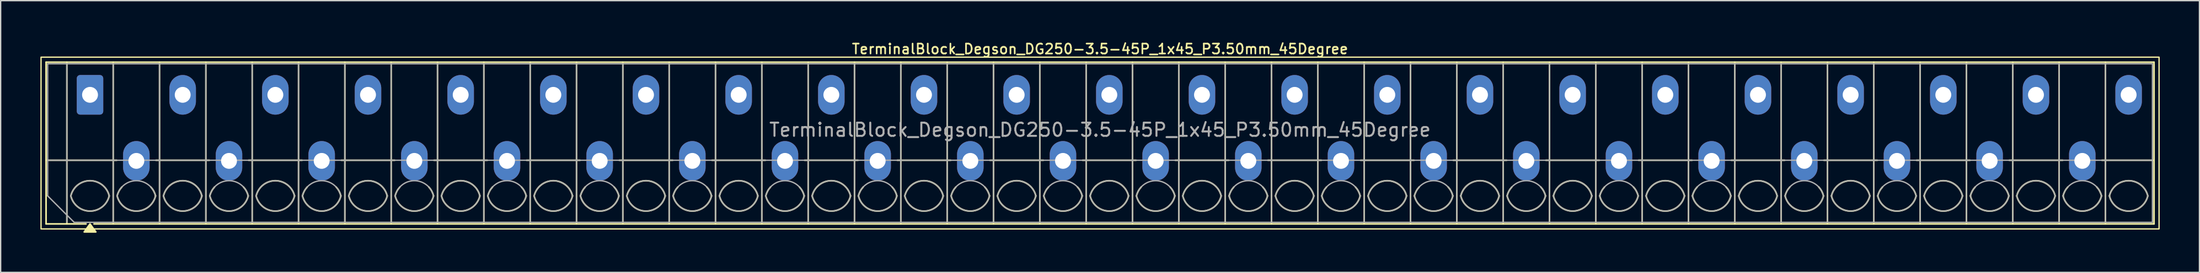
<source format=kicad_pcb>
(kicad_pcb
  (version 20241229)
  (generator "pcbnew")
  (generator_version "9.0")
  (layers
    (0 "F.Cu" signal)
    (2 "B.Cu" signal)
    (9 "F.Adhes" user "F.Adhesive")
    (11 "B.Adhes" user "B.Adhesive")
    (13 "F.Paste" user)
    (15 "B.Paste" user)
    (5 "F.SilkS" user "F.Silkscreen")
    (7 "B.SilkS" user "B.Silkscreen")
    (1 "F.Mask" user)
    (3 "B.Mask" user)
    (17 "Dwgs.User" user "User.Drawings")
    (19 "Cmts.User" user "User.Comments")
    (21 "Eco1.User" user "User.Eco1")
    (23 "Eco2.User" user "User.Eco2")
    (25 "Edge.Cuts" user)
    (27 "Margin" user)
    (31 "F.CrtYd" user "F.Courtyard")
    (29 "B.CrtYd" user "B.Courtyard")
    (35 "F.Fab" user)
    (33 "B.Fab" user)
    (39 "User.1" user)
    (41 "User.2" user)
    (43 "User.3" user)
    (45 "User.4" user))
  (footprint "TerminalBlock_Degson_DG250-3.5-45P_1x45_P3.50mm_45Degree"
    (layer "F.Cu")
    (at 3.75 4.128)
    (property "Reference" "TerminalBlock_Degson_DG250-3.5-45P_1x45_P3.50mm_45Degree" (at 76.3 -3.47 0) (layer "F.SilkS") (effects (font (size 0.75 0.75) (thickness 0.125))))
    (attr through_hole)
    (fp_line (start -3.32 -2.47) (end 155.92 -2.47) (stroke (width 0.12) (type solid)) (layer "F.SilkS"))
    (fp_line (start -3.32 4.95) (end 2.02 4.95) (stroke (width 0.12) (type solid)) (layer "F.SilkS"))
    (fp_line (start -3.32 9.77) (end -3.32 -2.47) (stroke (width 0.12) (type solid)) (layer "F.SilkS"))
    (fp_line (start -1.75 -2.47) (end -1.75 9.77) (stroke (width 0.12) (type solid)) (layer "F.SilkS"))
    (fp_line (start -0.3 9.77) (end -3.32 9.77) (stroke (width 0.12) (type solid)) (layer "F.SilkS"))
    (fp_line (start 1.75 -2.47) (end 1.75 9.77) (stroke (width 0.12) (type solid)) (layer "F.SilkS"))
    (fp_line (start 4.98 4.95) (end 9.02 4.95) (stroke (width 0.12) (type solid)) (layer "F.SilkS"))
    (fp_line (start 5.25 -2.47) (end 5.25 9.77) (stroke (width 0.12) (type solid)) (layer "F.SilkS"))
    (fp_line (start 8.75 -2.47) (end 8.75 9.77) (stroke (width 0.12) (type solid)) (layer "F.SilkS"))
    (fp_line (start 11.98 4.95) (end 16.02 4.95) (stroke (width 0.12) (type solid)) (layer "F.SilkS"))
    (fp_line (start 12.25 -2.47) (end 12.25 9.77) (stroke (width 0.12) (type solid)) (layer "F.SilkS"))
    (fp_line (start 15.75 -2.47) (end 15.75 9.77) (stroke (width 0.12) (type solid)) (layer "F.SilkS"))
    (fp_line (start 18.98 4.95) (end 23.02 4.95) (stroke (width 0.12) (type solid)) (layer "F.SilkS"))
    (fp_line (start 19.25 -2.47) (end 19.25 9.77) (stroke (width 0.12) (type solid)) (layer "F.SilkS"))
    (fp_line (start 22.75 -2.47) (end 22.75 9.77) (stroke (width 0.12) (type solid)) (layer "F.SilkS"))
    (fp_line (start 25.98 4.95) (end 30.02 4.95) (stroke (width 0.12) (type solid)) (layer "F.SilkS"))
    (fp_line (start 26.25 -2.47) (end 26.25 9.77) (stroke (width 0.12) (type solid)) (layer "F.SilkS"))
    (fp_line (start 29.75 -2.47) (end 29.75 9.77) (stroke (width 0.12) (type solid)) (layer "F.SilkS"))
    (fp_line (start 32.98 4.95) (end 37.02 4.95) (stroke (width 0.12) (type solid)) (layer "F.SilkS"))
    (fp_line (start 33.25 -2.47) (end 33.25 9.77) (stroke (width 0.12) (type solid)) (layer "F.SilkS"))
    (fp_line (start 36.75 -2.47) (end 36.75 9.77) (stroke (width 0.12) (type solid)) (layer "F.SilkS"))
    (fp_line (start 39.98 4.95) (end 44.02 4.95) (stroke (width 0.12) (type solid)) (layer "F.SilkS"))
    (fp_line (start 40.25 -2.47) (end 40.25 9.77) (stroke (width 0.12) (type solid)) (layer "F.SilkS"))
    (fp_line (start 43.75 -2.47) (end 43.75 9.77) (stroke (width 0.12) (type solid)) (layer "F.SilkS"))
    (fp_line (start 46.98 4.95) (end 51.02 4.95) (stroke (width 0.12) (type solid)) (layer "F.SilkS"))
    (fp_line (start 47.25 -2.47) (end 47.25 9.77) (stroke (width 0.12) (type solid)) (layer "F.SilkS"))
    (fp_line (start 50.75 -2.47) (end 50.75 9.77) (stroke (width 0.12) (type solid)) (layer "F.SilkS"))
    (fp_line (start 53.98 4.95) (end 58.02 4.95) (stroke (width 0.12) (type solid)) (layer "F.SilkS"))
    (fp_line (start 54.25 -2.47) (end 54.25 9.77) (stroke (width 0.12) (type solid)) (layer "F.SilkS"))
    (fp_line (start 57.75 -2.47) (end 57.75 9.77) (stroke (width 0.12) (type solid)) (layer "F.SilkS"))
    (fp_line (start 60.98 4.95) (end 65.02 4.95) (stroke (width 0.12) (type solid)) (layer "F.SilkS"))
    (fp_line (start 61.25 -2.47) (end 61.25 9.77) (stroke (width 0.12) (type solid)) (layer "F.SilkS"))
    (fp_line (start 64.75 -2.47) (end 64.75 9.77) (stroke (width 0.12) (type solid)) (layer "F.SilkS"))
    (fp_line (start 67.98 4.95) (end 72.02 4.95) (stroke (width 0.12) (type solid)) (layer "F.SilkS"))
    (fp_line (start 68.25 -2.47) (end 68.25 9.77) (stroke (width 0.12) (type solid)) (layer "F.SilkS"))
    (fp_line (start 71.75 -2.47) (end 71.75 9.77) (stroke (width 0.12) (type solid)) (layer "F.SilkS"))
    (fp_line (start 74.98 4.95) (end 79.02 4.95) (stroke (width 0.12) (type solid)) (layer "F.SilkS"))
    (fp_line (start 75.25 -2.47) (end 75.25 9.77) (stroke (width 0.12) (type solid)) (layer "F.SilkS"))
    (fp_line (start 78.75 -2.47) (end 78.75 9.77) (stroke (width 0.12) (type solid)) (layer "F.SilkS"))
    (fp_line (start 81.98 4.95) (end 86.02 4.95) (stroke (width 0.12) (type solid)) (layer "F.SilkS"))
    (fp_line (start 82.25 -2.47) (end 82.25 9.77) (stroke (width 0.12) (type solid)) (layer "F.SilkS"))
    (fp_line (start 85.75 -2.47) (end 85.75 9.77) (stroke (width 0.12) (type solid)) (layer "F.SilkS"))
    (fp_line (start 88.98 4.95) (end 93.02 4.95) (stroke (width 0.12) (type solid)) (layer "F.SilkS"))
    (fp_line (start 89.25 -2.47) (end 89.25 9.77) (stroke (width 0.12) (type solid)) (layer "F.SilkS"))
    (fp_line (start 92.75 -2.47) (end 92.75 9.77) (stroke (width 0.12) (type solid)) (layer "F.SilkS"))
    (fp_line (start 95.98 4.95) (end 100.02 4.95) (stroke (width 0.12) (type solid)) (layer "F.SilkS"))
    (fp_line (start 96.25 -2.47) (end 96.25 9.77) (stroke (width 0.12) (type solid)) (layer "F.SilkS"))
    (fp_line (start 99.75 -2.47) (end 99.75 9.77) (stroke (width 0.12) (type solid)) (layer "F.SilkS"))
    (fp_line (start 102.98 4.95) (end 107.02 4.95) (stroke (width 0.12) (type solid)) (layer "F.SilkS"))
    (fp_line (start 103.25 -2.47) (end 103.25 9.77) (stroke (width 0.12) (type solid)) (layer "F.SilkS"))
    (fp_line (start 106.75 -2.47) (end 106.75 9.77) (stroke (width 0.12) (type solid)) (layer "F.SilkS"))
    (fp_line (start 109.98 4.95) (end 114.02 4.95) (stroke (width 0.12) (type solid)) (layer "F.SilkS"))
    (fp_line (start 110.25 -2.47) (end 110.25 9.77) (stroke (width 0.12) (type solid)) (layer "F.SilkS"))
    (fp_line (start 113.75 -2.47) (end 113.75 9.77) (stroke (width 0.12) (type solid)) (layer "F.SilkS"))
    (fp_line (start 116.98 4.95) (end 121.02 4.95) (stroke (width 0.12) (type solid)) (layer "F.SilkS"))
    (fp_line (start 117.25 -2.47) (end 117.25 9.77) (stroke (width 0.12) (type solid)) (layer "F.SilkS"))
    (fp_line (start 120.75 -2.47) (end 120.75 9.77) (stroke (width 0.12) (type solid)) (layer "F.SilkS"))
    (fp_line (start 123.98 4.95) (end 128.02 4.95) (stroke (width 0.12) (type solid)) (layer "F.SilkS"))
    (fp_line (start 124.25 -2.47) (end 124.25 9.77) (stroke (width 0.12) (type solid)) (layer "F.SilkS"))
    (fp_line (start 127.75 -2.47) (end 127.75 9.77) (stroke (width 0.12) (type solid)) (layer "F.SilkS"))
    (fp_line (start 130.98 4.95) (end 135.02 4.95) (stroke (width 0.12) (type solid)) (layer "F.SilkS"))
    (fp_line (start 131.25 -2.47) (end 131.25 9.77) (stroke (width 0.12) (type solid)) (layer "F.SilkS"))
    (fp_line (start 134.75 -2.47) (end 134.75 9.77) (stroke (width 0.12) (type solid)) (layer "F.SilkS"))
    (fp_line (start 137.98 4.95) (end 142.02 4.95) (stroke (width 0.12) (type solid)) (layer "F.SilkS"))
    (fp_line (start 138.25 -2.47) (end 138.25 9.77) (stroke (width 0.12) (type solid)) (layer "F.SilkS"))
    (fp_line (start 141.75 -2.47) (end 141.75 9.77) (stroke (width 0.12) (type solid)) (layer "F.SilkS"))
    (fp_line (start 144.98 4.95) (end 149.02 4.95) (stroke (width 0.12) (type solid)) (layer "F.SilkS"))
    (fp_line (start 145.25 -2.47) (end 145.25 9.77) (stroke (width 0.12) (type solid)) (layer "F.SilkS"))
    (fp_line (start 148.75 -2.47) (end 148.75 9.77) (stroke (width 0.12) (type solid)) (layer "F.SilkS"))
    (fp_line (start 151.98 4.95) (end 155.92 4.95) (stroke (width 0.12) (type solid)) (layer "F.SilkS"))
    (fp_line (start 152.25 -2.47) (end 152.25 9.77) (stroke (width 0.12) (type solid)) (layer "F.SilkS"))
    (fp_line (start 155.92 -2.47) (end 155.92 9.77) (stroke (width 0.12) (type solid)) (layer "F.SilkS"))
    (fp_line (start 155.92 9.77) (end 0.3 9.77) (stroke (width 0.12) (type solid)) (layer "F.SilkS"))
    (fp_rect (start -3.7 -2.85) (end 156.3 10.15) (stroke (width 0.1) (type solid)) (fill no) (layer "F.SilkS"))
    (fp_arc (start -1.45 7.65) (mid 0 6.5) (end 1.45 7.65) (stroke (width 0.12) (type solid)) (layer "F.SilkS"))
    (fp_arc (start 1.45 7.65) (mid 0 8.8) (end -1.45 7.65) (stroke (width 0.12) (type solid)) (layer "F.SilkS"))
    (fp_arc (start 2.05 7.65) (mid 2.18402 7.291962) (end 2.405 6.98) (stroke (width 0.12) (type solid)) (layer "F.SilkS"))
    (fp_arc (start 4.595 6.98) (mid 4.81598 7.291962) (end 4.95 7.65) (stroke (width 0.12) (type solid)) (layer "F.SilkS"))
    (fp_arc (start 4.95 7.65) (mid 3.5 8.8) (end 2.05 7.65) (stroke (width 0.12) (type solid)) (layer "F.SilkS"))
    (fp_arc (start 5.55 7.65) (mid 7 6.5) (end 8.45 7.65) (stroke (width 0.12) (type solid)) (layer "F.SilkS"))
    (fp_arc (start 8.45 7.65) (mid 7 8.8) (end 5.55 7.65) (stroke (width 0.12) (type solid)) (layer "F.SilkS"))
    (fp_arc (start 9.05 7.65) (mid 9.18402 7.291962) (end 9.405 6.98) (stroke (width 0.12) (type solid)) (layer "F.SilkS"))
    (fp_arc (start 11.595 6.98) (mid 11.81598 7.291962) (end 11.95 7.65) (stroke (width 0.12) (type solid)) (layer "F.SilkS"))
    (fp_arc (start 11.95 7.65) (mid 10.5 8.8) (end 9.05 7.65) (stroke (width 0.12) (type solid)) (layer "F.SilkS"))
    (fp_arc (start 12.55 7.65) (mid 14 6.5) (end 15.45 7.65) (stroke (width 0.12) (type solid)) (layer "F.SilkS"))
    (fp_arc (start 15.45 7.65) (mid 14 8.8) (end 12.55 7.65) (stroke (width 0.12) (type solid)) (layer "F.SilkS"))
    (fp_arc (start 16.05 7.65) (mid 16.18402 7.291962) (end 16.405 6.98) (stroke (width 0.12) (type solid)) (layer "F.SilkS"))
    (fp_arc (start 18.595 6.98) (mid 18.81598 7.291962) (end 18.95 7.65) (stroke (width 0.12) (type solid)) (layer "F.SilkS"))
    (fp_arc (start 18.95 7.65) (mid 17.5 8.8) (end 16.05 7.65) (stroke (width 0.12) (type solid)) (layer "F.SilkS"))
    (fp_arc (start 19.55 7.65) (mid 21 6.5) (end 22.45 7.65) (stroke (width 0.12) (type solid)) (layer "F.SilkS"))
    (fp_arc (start 22.45 7.65) (mid 21 8.8) (end 19.55 7.65) (stroke (width 0.12) (type solid)) (layer "F.SilkS"))
    (fp_arc (start 23.05 7.65) (mid 23.18402 7.291962) (end 23.405 6.98) (stroke (width 0.12) (type solid)) (layer "F.SilkS"))
    (fp_arc (start 25.595 6.98) (mid 25.81598 7.291962) (end 25.95 7.65) (stroke (width 0.12) (type solid)) (layer "F.SilkS"))
    (fp_arc (start 25.95 7.65) (mid 24.5 8.8) (end 23.05 7.65) (stroke (width 0.12) (type solid)) (layer "F.SilkS"))
    (fp_arc (start 26.55 7.65) (mid 28 6.5) (end 29.45 7.65) (stroke (width 0.12) (type solid)) (layer "F.SilkS"))
    (fp_arc (start 29.45 7.65) (mid 28 8.8) (end 26.55 7.65) (stroke (width 0.12) (type solid)) (layer "F.SilkS"))
    (fp_arc (start 30.05 7.65) (mid 30.18402 7.291962) (end 30.405 6.98) (stroke (width 0.12) (type solid)) (layer "F.SilkS"))
    (fp_arc (start 32.595 6.98) (mid 32.81598 7.291962) (end 32.95 7.65) (stroke (width 0.12) (type solid)) (layer "F.SilkS"))
    (fp_arc (start 32.95 7.65) (mid 31.5 8.8) (end 30.05 7.65) (stroke (width 0.12) (type solid)) (layer "F.SilkS"))
    (fp_arc (start 33.55 7.65) (mid 35 6.5) (end 36.45 7.65) (stroke (width 0.12) (type solid)) (layer "F.SilkS"))
    (fp_arc (start 36.45 7.65) (mid 35 8.8) (end 33.55 7.65) (stroke (width 0.12) (type solid)) (layer "F.SilkS"))
    (fp_arc (start 37.05 7.65) (mid 37.18402 7.291962) (end 37.405 6.98) (stroke (width 0.12) (type solid)) (layer "F.SilkS"))
    (fp_arc (start 39.595 6.98) (mid 39.81598 7.291962) (end 39.95 7.65) (stroke (width 0.12) (type solid)) (layer "F.SilkS"))
    (fp_arc (start 39.95 7.65) (mid 38.5 8.8) (end 37.05 7.65) (stroke (width 0.12) (type solid)) (layer "F.SilkS"))
    (fp_arc (start 40.55 7.65) (mid 42 6.5) (end 43.45 7.65) (stroke (width 0.12) (type solid)) (layer "F.SilkS"))
    (fp_arc (start 43.45 7.65) (mid 42 8.8) (end 40.55 7.65) (stroke (width 0.12) (type solid)) (layer "F.SilkS"))
    (fp_arc (start 44.05 7.65) (mid 44.18402 7.291962) (end 44.405 6.98) (stroke (width 0.12) (type solid)) (layer "F.SilkS"))
    (fp_arc (start 46.595 6.98) (mid 46.81598 7.291962) (end 46.95 7.65) (stroke (width 0.12) (type solid)) (layer "F.SilkS"))
    (fp_arc (start 46.95 7.65) (mid 45.5 8.8) (end 44.05 7.65) (stroke (width 0.12) (type solid)) (layer "F.SilkS"))
    (fp_arc (start 47.55 7.65) (mid 49 6.5) (end 50.45 7.65) (stroke (width 0.12) (type solid)) (layer "F.SilkS"))
    (fp_arc (start 50.45 7.65) (mid 49 8.8) (end 47.55 7.65) (stroke (width 0.12) (type solid)) (layer "F.SilkS"))
    (fp_arc (start 51.05 7.65) (mid 51.18402 7.291962) (end 51.405 6.98) (stroke (width 0.12) (type solid)) (layer "F.SilkS"))
    (fp_arc (start 53.595 6.98) (mid 53.81598 7.291962) (end 53.95 7.65) (stroke (width 0.12) (type solid)) (layer "F.SilkS"))
    (fp_arc (start 53.95 7.65) (mid 52.5 8.8) (end 51.05 7.65) (stroke (width 0.12) (type solid)) (layer "F.SilkS"))
    (fp_arc (start 54.55 7.65) (mid 56 6.5) (end 57.45 7.65) (stroke (width 0.12) (type solid)) (layer "F.SilkS"))
    (fp_arc (start 57.45 7.65) (mid 56 8.8) (end 54.55 7.65) (stroke (width 0.12) (type solid)) (layer "F.SilkS"))
    (fp_arc (start 58.05 7.65) (mid 58.18402 7.291962) (end 58.405 6.98) (stroke (width 0.12) (type solid)) (layer "F.SilkS"))
    (fp_arc (start 60.595 6.98) (mid 60.81598 7.291962) (end 60.95 7.65) (stroke (width 0.12) (type solid)) (layer "F.SilkS"))
    (fp_arc (start 60.95 7.65) (mid 59.5 8.8) (end 58.05 7.65) (stroke (width 0.12) (type solid)) (layer "F.SilkS"))
    (fp_arc (start 61.55 7.65) (mid 63 6.5) (end 64.45 7.65) (stroke (width 0.12) (type solid)) (layer "F.SilkS"))
    (fp_arc (start 64.45 7.65) (mid 63 8.8) (end 61.55 7.65) (stroke (width 0.12) (type solid)) (layer "F.SilkS"))
    (fp_arc (start 65.05 7.65) (mid 65.18402 7.291962) (end 65.405 6.98) (stroke (width 0.12) (type solid)) (layer "F.SilkS"))
    (fp_arc (start 67.595 6.98) (mid 67.81598 7.291962) (end 67.95 7.65) (stroke (width 0.12) (type solid)) (layer "F.SilkS"))
    (fp_arc (start 67.95 7.65) (mid 66.5 8.8) (end 65.05 7.65) (stroke (width 0.12) (type solid)) (layer "F.SilkS"))
    (fp_arc (start 68.55 7.65) (mid 70 6.5) (end 71.45 7.65) (stroke (width 0.12) (type solid)) (layer "F.SilkS"))
    (fp_arc (start 71.45 7.65) (mid 70 8.8) (end 68.55 7.65) (stroke (width 0.12) (type solid)) (layer "F.SilkS"))
    (fp_arc (start 72.05 7.65) (mid 72.18402 7.291962) (end 72.405 6.98) (stroke (width 0.12) (type solid)) (layer "F.SilkS"))
    (fp_arc (start 74.595 6.98) (mid 74.81598 7.291962) (end 74.95 7.65) (stroke (width 0.12) (type solid)) (layer "F.SilkS"))
    (fp_arc (start 74.95 7.65) (mid 73.5 8.8) (end 72.05 7.65) (stroke (width 0.12) (type solid)) (layer "F.SilkS"))
    (fp_arc (start 75.55 7.65) (mid 77 6.5) (end 78.45 7.65) (stroke (width 0.12) (type solid)) (layer "F.SilkS"))
    (fp_arc (start 78.45 7.65) (mid 77 8.8) (end 75.55 7.65) (stroke (width 0.12) (type solid)) (layer "F.SilkS"))
    (fp_arc (start 79.05 7.65) (mid 79.18402 7.291962) (end 79.405 6.98) (stroke (width 0.12) (type solid)) (layer "F.SilkS"))
    (fp_arc (start 81.595 6.98) (mid 81.81598 7.291962) (end 81.95 7.65) (stroke (width 0.12) (type solid)) (layer "F.SilkS"))
    (fp_arc (start 81.95 7.65) (mid 80.5 8.8) (end 79.05 7.65) (stroke (width 0.12) (type solid)) (layer "F.SilkS"))
    (fp_arc (start 82.55 7.65) (mid 84 6.5) (end 85.45 7.65) (stroke (width 0.12) (type solid)) (layer "F.SilkS"))
    (fp_arc (start 85.45 7.65) (mid 84 8.8) (end 82.55 7.65) (stroke (width 0.12) (type solid)) (layer "F.SilkS"))
    (fp_arc (start 86.05 7.65) (mid 86.18402 7.291962) (end 86.405 6.98) (stroke (width 0.12) (type solid)) (layer "F.SilkS"))
    (fp_arc (start 88.595 6.98) (mid 88.81598 7.291962) (end 88.95 7.65) (stroke (width 0.12) (type solid)) (layer "F.SilkS"))
    (fp_arc (start 88.95 7.65) (mid 87.5 8.8) (end 86.05 7.65) (stroke (width 0.12) (type solid)) (layer "F.SilkS"))
    (fp_arc (start 89.55 7.65) (mid 91 6.5) (end 92.45 7.65) (stroke (width 0.12) (type solid)) (layer "F.SilkS"))
    (fp_arc (start 92.45 7.65) (mid 91 8.8) (end 89.55 7.65) (stroke (width 0.12) (type solid)) (layer "F.SilkS"))
    (fp_arc (start 93.05 7.65) (mid 93.18402 7.291962) (end 93.405 6.98) (stroke (width 0.12) (type solid)) (layer "F.SilkS"))
    (fp_arc (start 95.595 6.98) (mid 95.81598 7.291962) (end 95.95 7.65) (stroke (width 0.12) (type solid)) (layer "F.SilkS"))
    (fp_arc (start 95.95 7.65) (mid 94.5 8.8) (end 93.05 7.65) (stroke (width 0.12) (type solid)) (layer "F.SilkS"))
    (fp_arc (start 96.55 7.65) (mid 98 6.5) (end 99.45 7.65) (stroke (width 0.12) (type solid)) (layer "F.SilkS"))
    (fp_arc (start 99.45 7.65) (mid 98 8.8) (end 96.55 7.65) (stroke (width 0.12) (type solid)) (layer "F.SilkS"))
    (fp_arc (start 100.05 7.65) (mid 100.18402 7.291962) (end 100.405 6.98) (stroke (width 0.12) (type solid)) (layer "F.SilkS"))
    (fp_arc (start 102.595 6.98) (mid 102.81598 7.291962) (end 102.95 7.65) (stroke (width 0.12) (type solid)) (layer "F.SilkS"))
    (fp_arc (start 102.95 7.65) (mid 101.5 8.8) (end 100.05 7.65) (stroke (width 0.12) (type solid)) (layer "F.SilkS"))
    (fp_arc (start 103.55 7.65) (mid 105 6.5) (end 106.45 7.65) (stroke (width 0.12) (type solid)) (layer "F.SilkS"))
    (fp_arc (start 106.45 7.65) (mid 105 8.8) (end 103.55 7.65) (stroke (width 0.12) (type solid)) (layer "F.SilkS"))
    (fp_arc (start 107.05 7.65) (mid 107.18402 7.291962) (end 107.405 6.98) (stroke (width 0.12) (type solid)) (layer "F.SilkS"))
    (fp_arc (start 109.595 6.98) (mid 109.81598 7.291962) (end 109.95 7.65) (stroke (width 0.12) (type solid)) (layer "F.SilkS"))
    (fp_arc (start 109.95 7.65) (mid 108.5 8.8) (end 107.05 7.65) (stroke (width 0.12) (type solid)) (layer "F.SilkS"))
    (fp_arc (start 110.55 7.65) (mid 112 6.5) (end 113.45 7.65) (stroke (width 0.12) (type solid)) (layer "F.SilkS"))
    (fp_arc (start 113.45 7.65) (mid 112 8.8) (end 110.55 7.65) (stroke (width 0.12) (type solid)) (layer "F.SilkS"))
    (fp_arc (start 114.05 7.65) (mid 114.18402 7.291962) (end 114.405 6.98) (stroke (width 0.12) (type solid)) (layer "F.SilkS"))
    (fp_arc (start 116.595 6.98) (mid 116.81598 7.291962) (end 116.95 7.65) (stroke (width 0.12) (type solid)) (layer "F.SilkS"))
    (fp_arc (start 116.95 7.65) (mid 115.5 8.8) (end 114.05 7.65) (stroke (width 0.12) (type solid)) (layer "F.SilkS"))
    (fp_arc (start 117.55 7.65) (mid 119 6.5) (end 120.45 7.65) (stroke (width 0.12) (type solid)) (layer "F.SilkS"))
    (fp_arc (start 120.45 7.65) (mid 119 8.8) (end 117.55 7.65) (stroke (width 0.12) (type solid)) (layer "F.SilkS"))
    (fp_arc (start 121.05 7.65) (mid 121.18402 7.291962) (end 121.405 6.98) (stroke (width 0.12) (type solid)) (layer "F.SilkS"))
    (fp_arc (start 123.595 6.98) (mid 123.81598 7.291962) (end 123.95 7.65) (stroke (width 0.12) (type solid)) (layer "F.SilkS"))
    (fp_arc (start 123.95 7.65) (mid 122.5 8.8) (end 121.05 7.65) (stroke (width 0.12) (type solid)) (layer "F.SilkS"))
    (fp_arc (start 124.55 7.65) (mid 126 6.5) (end 127.45 7.65) (stroke (width 0.12) (type solid)) (layer "F.SilkS"))
    (fp_arc (start 127.45 7.65) (mid 126 8.8) (end 124.55 7.65) (stroke (width 0.12) (type solid)) (layer "F.SilkS"))
    (fp_arc (start 128.05 7.65) (mid 128.18402 7.291962) (end 128.405 6.98) (stroke (width 0.12) (type solid)) (layer "F.SilkS"))
    (fp_arc (start 130.595 6.98) (mid 130.81598 7.291962) (end 130.95 7.65) (stroke (width 0.12) (type solid)) (layer "F.SilkS"))
    (fp_arc (start 130.95 7.65) (mid 129.5 8.8) (end 128.05 7.65) (stroke (width 0.12) (type solid)) (layer "F.SilkS"))
    (fp_arc (start 131.55 7.65) (mid 133 6.5) (end 134.45 7.65) (stroke (width 0.12) (type solid)) (layer "F.SilkS"))
    (fp_arc (start 134.45 7.65) (mid 133 8.8) (end 131.55 7.65) (stroke (width 0.12) (type solid)) (layer "F.SilkS"))
    (fp_arc (start 135.05 7.65) (mid 135.18402 7.291962) (end 135.405 6.98) (stroke (width 0.12) (type solid)) (layer "F.SilkS"))
    (fp_arc (start 137.595 6.98) (mid 137.81598 7.291962) (end 137.95 7.65) (stroke (width 0.12) (type solid)) (layer "F.SilkS"))
    (fp_arc (start 137.95 7.65) (mid 136.5 8.8) (end 135.05 7.65) (stroke (width 0.12) (type solid)) (layer "F.SilkS"))
    (fp_arc (start 138.55 7.65) (mid 140 6.5) (end 141.45 7.65) (stroke (width 0.12) (type solid)) (layer "F.SilkS"))
    (fp_arc (start 141.45 7.65) (mid 140 8.8) (end 138.55 7.65) (stroke (width 0.12) (type solid)) (layer "F.SilkS"))
    (fp_arc (start 142.05 7.65) (mid 142.18402 7.291962) (end 142.405 6.98) (stroke (width 0.12) (type solid)) (layer "F.SilkS"))
    (fp_arc (start 144.595 6.98) (mid 144.81598 7.291962) (end 144.95 7.65) (stroke (width 0.12) (type solid)) (layer "F.SilkS"))
    (fp_arc (start 144.95 7.65) (mid 143.5 8.8) (end 142.05 7.65) (stroke (width 0.12) (type solid)) (layer "F.SilkS"))
    (fp_arc (start 145.55 7.65) (mid 147 6.5) (end 148.45 7.65) (stroke (width 0.12) (type solid)) (layer "F.SilkS"))
    (fp_arc (start 148.45 7.65) (mid 147 8.8) (end 145.55 7.65) (stroke (width 0.12) (type solid)) (layer "F.SilkS"))
    (fp_arc (start 149.05 7.65) (mid 149.18402 7.291962) (end 149.405 6.98) (stroke (width 0.12) (type solid)) (layer "F.SilkS"))
    (fp_arc (start 151.595 6.98) (mid 151.81598 7.291962) (end 151.95 7.65) (stroke (width 0.12) (type solid)) (layer "F.SilkS"))
    (fp_arc (start 151.95 7.65) (mid 150.5 8.8) (end 149.05 7.65) (stroke (width 0.12) (type solid)) (layer "F.SilkS"))
    (fp_arc (start 152.55 7.65) (mid 154 6.5) (end 155.45 7.65) (stroke (width 0.12) (type solid)) (layer "F.SilkS"))
    (fp_arc (start 155.45 7.65) (mid 154 8.8) (end 152.55 7.65) (stroke (width 0.12) (type solid)) (layer "F.SilkS"))
    (fp_poly (pts (xy 0 9.77) (xy 0.44 10.38) (xy -0.44 10.38)) (stroke (width 0.12) (type solid)) (fill yes) (layer "F.SilkS"))
    (fp_line (start -3.2 -2.35) (end 155.8 -2.35) (stroke (width 0.1) (type solid)) (layer "F.Fab"))
    (fp_line (start -3.2 4.95) (end 155.8 4.95) (stroke (width 0.1) (type solid)) (layer "F.Fab"))
    (fp_line (start -3.2 7.65) (end -3.2 -2.35) (stroke (width 0.1) (type solid)) (layer "F.Fab"))
    (fp_line (start -1.75 -2.35) (end -1.75 9.65) (stroke (width 0.1) (type solid)) (layer "F.Fab"))
    (fp_line (start -1.2 9.65) (end -3.2 7.65) (stroke (width 0.1) (type solid)) (layer "F.Fab"))
    (fp_line (start 1.75 -2.35) (end 1.75 9.65) (stroke (width 0.1) (type solid)) (layer "F.Fab"))
    (fp_line (start 5.25 -2.35) (end 5.25 9.65) (stroke (width 0.1) (type solid)) (layer "F.Fab"))
    (fp_line (start 8.75 -2.35) (end 8.75 9.65) (stroke (width 0.1) (type solid)) (layer "F.Fab"))
    (fp_line (start 12.25 -2.35) (end 12.25 9.65) (stroke (width 0.1) (type solid)) (layer "F.Fab"))
    (fp_line (start 15.75 -2.35) (end 15.75 9.65) (stroke (width 0.1) (type solid)) (layer "F.Fab"))
    (fp_line (start 19.25 -2.35) (end 19.25 9.65) (stroke (width 0.1) (type solid)) (layer "F.Fab"))
    (fp_line (start 22.75 -2.35) (end 22.75 9.65) (stroke (width 0.1) (type solid)) (layer "F.Fab"))
    (fp_line (start 26.25 -2.35) (end 26.25 9.65) (stroke (width 0.1) (type solid)) (layer "F.Fab"))
    (fp_line (start 29.75 -2.35) (end 29.75 9.65) (stroke (width 0.1) (type solid)) (layer "F.Fab"))
    (fp_line (start 33.25 -2.35) (end 33.25 9.65) (stroke (width 0.1) (type solid)) (layer "F.Fab"))
    (fp_line (start 36.75 -2.35) (end 36.75 9.65) (stroke (width 0.1) (type solid)) (layer "F.Fab"))
    (fp_line (start 40.25 -2.35) (end 40.25 9.65) (stroke (width 0.1) (type solid)) (layer "F.Fab"))
    (fp_line (start 43.75 -2.35) (end 43.75 9.65) (stroke (width 0.1) (type solid)) (layer "F.Fab"))
    (fp_line (start 47.25 -2.35) (end 47.25 9.65) (stroke (width 0.1) (type solid)) (layer "F.Fab"))
    (fp_line (start 50.75 -2.35) (end 50.75 9.65) (stroke (width 0.1) (type solid)) (layer "F.Fab"))
    (fp_line (start 54.25 -2.35) (end 54.25 9.65) (stroke (width 0.1) (type solid)) (layer "F.Fab"))
    (fp_line (start 57.75 -2.35) (end 57.75 9.65) (stroke (width 0.1) (type solid)) (layer "F.Fab"))
    (fp_line (start 61.25 -2.35) (end 61.25 9.65) (stroke (width 0.1) (type solid)) (layer "F.Fab"))
    (fp_line (start 64.75 -2.35) (end 64.75 9.65) (stroke (width 0.1) (type solid)) (layer "F.Fab"))
    (fp_line (start 68.25 -2.35) (end 68.25 9.65) (stroke (width 0.1) (type solid)) (layer "F.Fab"))
    (fp_line (start 71.75 -2.35) (end 71.75 9.65) (stroke (width 0.1) (type solid)) (layer "F.Fab"))
    (fp_line (start 75.25 -2.35) (end 75.25 9.65) (stroke (width 0.1) (type solid)) (layer "F.Fab"))
    (fp_line (start 78.75 -2.35) (end 78.75 9.65) (stroke (width 0.1) (type solid)) (layer "F.Fab"))
    (fp_line (start 82.25 -2.35) (end 82.25 9.65) (stroke (width 0.1) (type solid)) (layer "F.Fab"))
    (fp_line (start 85.75 -2.35) (end 85.75 9.65) (stroke (width 0.1) (type solid)) (layer "F.Fab"))
    (fp_line (start 89.25 -2.35) (end 89.25 9.65) (stroke (width 0.1) (type solid)) (layer "F.Fab"))
    (fp_line (start 92.75 -2.35) (end 92.75 9.65) (stroke (width 0.1) (type solid)) (layer "F.Fab"))
    (fp_line (start 96.25 -2.35) (end 96.25 9.65) (stroke (width 0.1) (type solid)) (layer "F.Fab"))
    (fp_line (start 99.75 -2.35) (end 99.75 9.65) (stroke (width 0.1) (type solid)) (layer "F.Fab"))
    (fp_line (start 103.25 -2.35) (end 103.25 9.65) (stroke (width 0.1) (type solid)) (layer "F.Fab"))
    (fp_line (start 106.75 -2.35) (end 106.75 9.65) (stroke (width 0.1) (type solid)) (layer "F.Fab"))
    (fp_line (start 110.25 -2.35) (end 110.25 9.65) (stroke (width 0.1) (type solid)) (layer "F.Fab"))
    (fp_line (start 113.75 -2.35) (end 113.75 9.65) (stroke (width 0.1) (type solid)) (layer "F.Fab"))
    (fp_line (start 117.25 -2.35) (end 117.25 9.65) (stroke (width 0.1) (type solid)) (layer "F.Fab"))
    (fp_line (start 120.75 -2.35) (end 120.75 9.65) (stroke (width 0.1) (type solid)) (layer "F.Fab"))
    (fp_line (start 124.25 -2.35) (end 124.25 9.65) (stroke (width 0.1) (type solid)) (layer "F.Fab"))
    (fp_line (start 127.75 -2.35) (end 127.75 9.65) (stroke (width 0.1) (type solid)) (layer "F.Fab"))
    (fp_line (start 131.25 -2.35) (end 131.25 9.65) (stroke (width 0.1) (type solid)) (layer "F.Fab"))
    (fp_line (start 134.75 -2.35) (end 134.75 9.65) (stroke (width 0.1) (type solid)) (layer "F.Fab"))
    (fp_line (start 138.25 -2.35) (end 138.25 9.65) (stroke (width 0.1) (type solid)) (layer "F.Fab"))
    (fp_line (start 141.75 -2.35) (end 141.75 9.65) (stroke (width 0.1) (type solid)) (layer "F.Fab"))
    (fp_line (start 145.25 -2.35) (end 145.25 9.65) (stroke (width 0.1) (type solid)) (layer "F.Fab"))
    (fp_line (start 148.75 -2.35) (end 148.75 9.65) (stroke (width 0.1) (type solid)) (layer "F.Fab"))
    (fp_line (start 152.25 -2.35) (end 152.25 9.65) (stroke (width 0.1) (type solid)) (layer "F.Fab"))
    (fp_line (start 155.8 -2.35) (end 155.8 9.65) (stroke (width 0.1) (type solid)) (layer "F.Fab"))
    (fp_line (start 155.8 9.65) (end -1.2 9.65) (stroke (width 0.1) (type solid)) (layer "F.Fab"))
    (fp_arc (start -1.45 7.65) (mid 0 6.5) (end 1.45 7.65) (stroke (width 0.1) (type solid)) (layer "F.Fab"))
    (fp_arc (start 1.45 7.65) (mid 0 8.8) (end -1.45 7.65) (stroke (width 0.1) (type solid)) (layer "F.Fab"))
    (fp_arc (start 2.05 7.65) (mid 3.5 6.5) (end 4.95 7.65) (stroke (width 0.1) (type solid)) (layer "F.Fab"))
    (fp_arc (start 4.95 7.65) (mid 3.5 8.8) (end 2.05 7.65) (stroke (width 0.1) (type solid)) (layer "F.Fab"))
    (fp_arc (start 5.55 7.65) (mid 7 6.5) (end 8.45 7.65) (stroke (width 0.1) (type solid)) (layer "F.Fab"))
    (fp_arc (start 8.45 7.65) (mid 7 8.8) (end 5.55 7.65) (stroke (width 0.1) (type solid)) (layer "F.Fab"))
    (fp_arc (start 9.05 7.65) (mid 10.5 6.5) (end 11.95 7.65) (stroke (width 0.1) (type solid)) (layer "F.Fab"))
    (fp_arc (start 11.95 7.65) (mid 10.5 8.8) (end 9.05 7.65) (stroke (width 0.1) (type solid)) (layer "F.Fab"))
    (fp_arc (start 12.55 7.65) (mid 14 6.5) (end 15.45 7.65) (stroke (width 0.1) (type solid)) (layer "F.Fab"))
    (fp_arc (start 15.45 7.65) (mid 14 8.8) (end 12.55 7.65) (stroke (width 0.1) (type solid)) (layer "F.Fab"))
    (fp_arc (start 16.05 7.65) (mid 17.5 6.5) (end 18.95 7.65) (stroke (width 0.1) (type solid)) (layer "F.Fab"))
    (fp_arc (start 18.95 7.65) (mid 17.5 8.8) (end 16.05 7.65) (stroke (width 0.1) (type solid)) (layer "F.Fab"))
    (fp_arc (start 19.55 7.65) (mid 21 6.5) (end 22.45 7.65) (stroke (width 0.1) (type solid)) (layer "F.Fab"))
    (fp_arc (start 22.45 7.65) (mid 21 8.8) (end 19.55 7.65) (stroke (width 0.1) (type solid)) (layer "F.Fab"))
    (fp_arc (start 23.05 7.65) (mid 24.5 6.5) (end 25.95 7.65) (stroke (width 0.1) (type solid)) (layer "F.Fab"))
    (fp_arc (start 25.95 7.65) (mid 24.5 8.8) (end 23.05 7.65) (stroke (width 0.1) (type solid)) (layer "F.Fab"))
    (fp_arc (start 26.55 7.65) (mid 28 6.5) (end 29.45 7.65) (stroke (width 0.1) (type solid)) (layer "F.Fab"))
    (fp_arc (start 29.45 7.65) (mid 28 8.8) (end 26.55 7.65) (stroke (width 0.1) (type solid)) (layer "F.Fab"))
    (fp_arc (start 30.05 7.65) (mid 31.5 6.5) (end 32.95 7.65) (stroke (width 0.1) (type solid)) (layer "F.Fab"))
    (fp_arc (start 32.95 7.65) (mid 31.5 8.8) (end 30.05 7.65) (stroke (width 0.1) (type solid)) (layer "F.Fab"))
    (fp_arc (start 33.55 7.65) (mid 35 6.5) (end 36.45 7.65) (stroke (width 0.1) (type solid)) (layer "F.Fab"))
    (fp_arc (start 36.45 7.65) (mid 35 8.8) (end 33.55 7.65) (stroke (width 0.1) (type solid)) (layer "F.Fab"))
    (fp_arc (start 37.05 7.65) (mid 38.5 6.5) (end 39.95 7.65) (stroke (width 0.1) (type solid)) (layer "F.Fab"))
    (fp_arc (start 39.95 7.65) (mid 38.5 8.8) (end 37.05 7.65) (stroke (width 0.1) (type solid)) (layer "F.Fab"))
    (fp_arc (start 40.55 7.65) (mid 42 6.5) (end 43.45 7.65) (stroke (width 0.1) (type solid)) (layer "F.Fab"))
    (fp_arc (start 43.45 7.65) (mid 42 8.8) (end 40.55 7.65) (stroke (width 0.1) (type solid)) (layer "F.Fab"))
    (fp_arc (start 44.05 7.65) (mid 45.5 6.5) (end 46.95 7.65) (stroke (width 0.1) (type solid)) (layer "F.Fab"))
    (fp_arc (start 46.95 7.65) (mid 45.5 8.8) (end 44.05 7.65) (stroke (width 0.1) (type solid)) (layer "F.Fab"))
    (fp_arc (start 47.55 7.65) (mid 49 6.5) (end 50.45 7.65) (stroke (width 0.1) (type solid)) (layer "F.Fab"))
    (fp_arc (start 50.45 7.65) (mid 49 8.8) (end 47.55 7.65) (stroke (width 0.1) (type solid)) (layer "F.Fab"))
    (fp_arc (start 51.05 7.65) (mid 52.5 6.5) (end 53.95 7.65) (stroke (width 0.1) (type solid)) (layer "F.Fab"))
    (fp_arc (start 53.95 7.65) (mid 52.5 8.8) (end 51.05 7.65) (stroke (width 0.1) (type solid)) (layer "F.Fab"))
    (fp_arc (start 54.55 7.65) (mid 56 6.5) (end 57.45 7.65) (stroke (width 0.1) (type solid)) (layer "F.Fab"))
    (fp_arc (start 57.45 7.65) (mid 56 8.8) (end 54.55 7.65) (stroke (width 0.1) (type solid)) (layer "F.Fab"))
    (fp_arc (start 58.05 7.65) (mid 59.5 6.5) (end 60.95 7.65) (stroke (width 0.1) (type solid)) (layer "F.Fab"))
    (fp_arc (start 60.95 7.65) (mid 59.5 8.8) (end 58.05 7.65) (stroke (width 0.1) (type solid)) (layer "F.Fab"))
    (fp_arc (start 61.55 7.65) (mid 63 6.5) (end 64.45 7.65) (stroke (width 0.1) (type solid)) (layer "F.Fab"))
    (fp_arc (start 64.45 7.65) (mid 63 8.8) (end 61.55 7.65) (stroke (width 0.1) (type solid)) (layer "F.Fab"))
    (fp_arc (start 65.05 7.65) (mid 66.5 6.5) (end 67.95 7.65) (stroke (width 0.1) (type solid)) (layer "F.Fab"))
    (fp_arc (start 67.95 7.65) (mid 66.5 8.8) (end 65.05 7.65) (stroke (width 0.1) (type solid)) (layer "F.Fab"))
    (fp_arc (start 68.55 7.65) (mid 70 6.5) (end 71.45 7.65) (stroke (width 0.1) (type solid)) (layer "F.Fab"))
    (fp_arc (start 71.45 7.65) (mid 70 8.8) (end 68.55 7.65) (stroke (width 0.1) (type solid)) (layer "F.Fab"))
    (fp_arc (start 72.05 7.65) (mid 73.5 6.5) (end 74.95 7.65) (stroke (width 0.1) (type solid)) (layer "F.Fab"))
    (fp_arc (start 74.95 7.65) (mid 73.5 8.8) (end 72.05 7.65) (stroke (width 0.1) (type solid)) (layer "F.Fab"))
    (fp_arc (start 75.55 7.65) (mid 77 6.5) (end 78.45 7.65) (stroke (width 0.1) (type solid)) (layer "F.Fab"))
    (fp_arc (start 78.45 7.65) (mid 77 8.8) (end 75.55 7.65) (stroke (width 0.1) (type solid)) (layer "F.Fab"))
    (fp_arc (start 79.05 7.65) (mid 80.5 6.5) (end 81.95 7.65) (stroke (width 0.1) (type solid)) (layer "F.Fab"))
    (fp_arc (start 81.95 7.65) (mid 80.5 8.8) (end 79.05 7.65) (stroke (width 0.1) (type solid)) (layer "F.Fab"))
    (fp_arc (start 82.55 7.65) (mid 84 6.5) (end 85.45 7.65) (stroke (width 0.1) (type solid)) (layer "F.Fab"))
    (fp_arc (start 85.45 7.65) (mid 84 8.8) (end 82.55 7.65) (stroke (width 0.1) (type solid)) (layer "F.Fab"))
    (fp_arc (start 86.05 7.65) (mid 87.5 6.5) (end 88.95 7.65) (stroke (width 0.1) (type solid)) (layer "F.Fab"))
    (fp_arc (start 88.95 7.65) (mid 87.5 8.8) (end 86.05 7.65) (stroke (width 0.1) (type solid)) (layer "F.Fab"))
    (fp_arc (start 89.55 7.65) (mid 91 6.5) (end 92.45 7.65) (stroke (width 0.1) (type solid)) (layer "F.Fab"))
    (fp_arc (start 92.45 7.65) (mid 91 8.8) (end 89.55 7.65) (stroke (width 0.1) (type solid)) (layer "F.Fab"))
    (fp_arc (start 93.05 7.65) (mid 94.5 6.5) (end 95.95 7.65) (stroke (width 0.1) (type solid)) (layer "F.Fab"))
    (fp_arc (start 95.95 7.65) (mid 94.5 8.8) (end 93.05 7.65) (stroke (width 0.1) (type solid)) (layer "F.Fab"))
    (fp_arc (start 96.55 7.65) (mid 98 6.5) (end 99.45 7.65) (stroke (width 0.1) (type solid)) (layer "F.Fab"))
    (fp_arc (start 99.45 7.65) (mid 98 8.8) (end 96.55 7.65) (stroke (width 0.1) (type solid)) (layer "F.Fab"))
    (fp_arc (start 100.05 7.65) (mid 101.5 6.5) (end 102.95 7.65) (stroke (width 0.1) (type solid)) (layer "F.Fab"))
    (fp_arc (start 102.95 7.65) (mid 101.5 8.8) (end 100.05 7.65) (stroke (width 0.1) (type solid)) (layer "F.Fab"))
    (fp_arc (start 103.55 7.65) (mid 105 6.5) (end 106.45 7.65) (stroke (width 0.1) (type solid)) (layer "F.Fab"))
    (fp_arc (start 106.45 7.65) (mid 105 8.8) (end 103.55 7.65) (stroke (width 0.1) (type solid)) (layer "F.Fab"))
    (fp_arc (start 107.05 7.65) (mid 108.5 6.5) (end 109.95 7.65) (stroke (width 0.1) (type solid)) (layer "F.Fab"))
    (fp_arc (start 109.95 7.65) (mid 108.5 8.8) (end 107.05 7.65) (stroke (width 0.1) (type solid)) (layer "F.Fab"))
    (fp_arc (start 110.55 7.65) (mid 112 6.5) (end 113.45 7.65) (stroke (width 0.1) (type solid)) (layer "F.Fab"))
    (fp_arc (start 113.45 7.65) (mid 112 8.8) (end 110.55 7.65) (stroke (width 0.1) (type solid)) (layer "F.Fab"))
    (fp_arc (start 114.05 7.65) (mid 115.5 6.5) (end 116.95 7.65) (stroke (width 0.1) (type solid)) (layer "F.Fab"))
    (fp_arc (start 116.95 7.65) (mid 115.5 8.8) (end 114.05 7.65) (stroke (width 0.1) (type solid)) (layer "F.Fab"))
    (fp_arc (start 117.55 7.65) (mid 119 6.5) (end 120.45 7.65) (stroke (width 0.1) (type solid)) (layer "F.Fab"))
    (fp_arc (start 120.45 7.65) (mid 119 8.8) (end 117.55 7.65) (stroke (width 0.1) (type solid)) (layer "F.Fab"))
    (fp_arc (start 121.05 7.65) (mid 122.5 6.5) (end 123.95 7.65) (stroke (width 0.1) (type solid)) (layer "F.Fab"))
    (fp_arc (start 123.95 7.65) (mid 122.5 8.8) (end 121.05 7.65) (stroke (width 0.1) (type solid)) (layer "F.Fab"))
    (fp_arc (start 124.55 7.65) (mid 126 6.5) (end 127.45 7.65) (stroke (width 0.1) (type solid)) (layer "F.Fab"))
    (fp_arc (start 127.45 7.65) (mid 126 8.8) (end 124.55 7.65) (stroke (width 0.1) (type solid)) (layer "F.Fab"))
    (fp_arc (start 128.05 7.65) (mid 129.5 6.5) (end 130.95 7.65) (stroke (width 0.1) (type solid)) (layer "F.Fab"))
    (fp_arc (start 130.95 7.65) (mid 129.5 8.8) (end 128.05 7.65) (stroke (width 0.1) (type solid)) (layer "F.Fab"))
    (fp_arc (start 131.55 7.65) (mid 133 6.5) (end 134.45 7.65) (stroke (width 0.1) (type solid)) (layer "F.Fab"))
    (fp_arc (start 134.45 7.65) (mid 133 8.8) (end 131.55 7.65) (stroke (width 0.1) (type solid)) (layer "F.Fab"))
    (fp_arc (start 135.05 7.65) (mid 136.5 6.5) (end 137.95 7.65) (stroke (width 0.1) (type solid)) (layer "F.Fab"))
    (fp_arc (start 137.95 7.65) (mid 136.5 8.8) (end 135.05 7.65) (stroke (width 0.1) (type solid)) (layer "F.Fab"))
    (fp_arc (start 138.55 7.65) (mid 140 6.5) (end 141.45 7.65) (stroke (width 0.1) (type solid)) (layer "F.Fab"))
    (fp_arc (start 141.45 7.65) (mid 140 8.8) (end 138.55 7.65) (stroke (width 0.1) (type solid)) (layer "F.Fab"))
    (fp_arc (start 142.05 7.65) (mid 143.5 6.5) (end 144.95 7.65) (stroke (width 0.1) (type solid)) (layer "F.Fab"))
    (fp_arc (start 144.95 7.65) (mid 143.5 8.8) (end 142.05 7.65) (stroke (width 0.1) (type solid)) (layer "F.Fab"))
    (fp_arc (start 145.55 7.65) (mid 147 6.5) (end 148.45 7.65) (stroke (width 0.1) (type solid)) (layer "F.Fab"))
    (fp_arc (start 148.45 7.65) (mid 147 8.8) (end 145.55 7.65) (stroke (width 0.1) (type solid)) (layer "F.Fab"))
    (fp_arc (start 149.05 7.65) (mid 150.5 6.5) (end 151.95 7.65) (stroke (width 0.1) (type solid)) (layer "F.Fab"))
    (fp_arc (start 151.95 7.65) (mid 150.5 8.8) (end 149.05 7.65) (stroke (width 0.1) (type solid)) (layer "F.Fab"))
    (fp_arc (start 152.55 7.65) (mid 154 6.5) (end 155.45 7.65) (stroke (width 0.1) (type solid)) (layer "F.Fab"))
    (fp_arc (start 155.45 7.65) (mid 154 8.8) (end 152.55 7.65) (stroke (width 0.1) (type solid)) (layer "F.Fab"))
    (fp_text user "${REFERENCE}" (at 76.3 2.65 0) (layer "F.Fab") (effects (font (size 1 1) (thickness 0.15))))
    (pad "1" thru_hole roundrect (at 0 0) (size 2 3) (drill 1.2) (layers "*.Cu" "*.Mask") (roundrect_rratio 0.125))
    (pad "2" thru_hole oval (at 3.5 5) (size 2 3) (drill 1.2) (layers "*.Cu" "*.Mask"))
    (pad "3" thru_hole oval (at 7 0) (size 2 3) (drill 1.2) (layers "*.Cu" "*.Mask"))
    (pad "4" thru_hole oval (at 10.5 5) (size 2 3) (drill 1.2) (layers "*.Cu" "*.Mask"))
    (pad "5" thru_hole oval (at 14 0) (size 2 3) (drill 1.2) (layers "*.Cu" "*.Mask"))
    (pad "6" thru_hole oval (at 17.5 5) (size 2 3) (drill 1.2) (layers "*.Cu" "*.Mask"))
    (pad "7" thru_hole oval (at 21 0) (size 2 3) (drill 1.2) (layers "*.Cu" "*.Mask"))
    (pad "8" thru_hole oval (at 24.5 5) (size 2 3) (drill 1.2) (layers "*.Cu" "*.Mask"))
    (pad "9" thru_hole oval (at 28 0) (size 2 3) (drill 1.2) (layers "*.Cu" "*.Mask"))
    (pad "10" thru_hole oval (at 31.5 5) (size 2 3) (drill 1.2) (layers "*.Cu" "*.Mask"))
    (pad "11" thru_hole oval (at 35 0) (size 2 3) (drill 1.2) (layers "*.Cu" "*.Mask"))
    (pad "12" thru_hole oval (at 38.5 5) (size 2 3) (drill 1.2) (layers "*.Cu" "*.Mask"))
    (pad "13" thru_hole oval (at 42 0) (size 2 3) (drill 1.2) (layers "*.Cu" "*.Mask"))
    (pad "14" thru_hole oval (at 45.5 5) (size 2 3) (drill 1.2) (layers "*.Cu" "*.Mask"))
    (pad "15" thru_hole oval (at 49 0) (size 2 3) (drill 1.2) (layers "*.Cu" "*.Mask"))
    (pad "16" thru_hole oval (at 52.5 5) (size 2 3) (drill 1.2) (layers "*.Cu" "*.Mask"))
    (pad "17" thru_hole oval (at 56 0) (size 2 3) (drill 1.2) (layers "*.Cu" "*.Mask"))
    (pad "18" thru_hole oval (at 59.5 5) (size 2 3) (drill 1.2) (layers "*.Cu" "*.Mask"))
    (pad "19" thru_hole oval (at 63 0) (size 2 3) (drill 1.2) (layers "*.Cu" "*.Mask"))
    (pad "20" thru_hole oval (at 66.5 5) (size 2 3) (drill 1.2) (layers "*.Cu" "*.Mask"))
    (pad "21" thru_hole oval (at 70 0) (size 2 3) (drill 1.2) (layers "*.Cu" "*.Mask"))
    (pad "22" thru_hole oval (at 73.5 5) (size 2 3) (drill 1.2) (layers "*.Cu" "*.Mask"))
    (pad "23" thru_hole oval (at 77 0) (size 2 3) (drill 1.2) (layers "*.Cu" "*.Mask"))
    (pad "24" thru_hole oval (at 80.5 5) (size 2 3) (drill 1.2) (layers "*.Cu" "*.Mask"))
    (pad "25" thru_hole oval (at 84 0) (size 2 3) (drill 1.2) (layers "*.Cu" "*.Mask"))
    (pad "26" thru_hole oval (at 87.5 5) (size 2 3) (drill 1.2) (layers "*.Cu" "*.Mask"))
    (pad "27" thru_hole oval (at 91 0) (size 2 3) (drill 1.2) (layers "*.Cu" "*.Mask"))
    (pad "28" thru_hole oval (at 94.5 5) (size 2 3) (drill 1.2) (layers "*.Cu" "*.Mask"))
    (pad "29" thru_hole oval (at 98 0) (size 2 3) (drill 1.2) (layers "*.Cu" "*.Mask"))
    (pad "30" thru_hole oval (at 101.5 5) (size 2 3) (drill 1.2) (layers "*.Cu" "*.Mask"))
    (pad "31" thru_hole oval (at 105 0) (size 2 3) (drill 1.2) (layers "*.Cu" "*.Mask"))
    (pad "32" thru_hole oval (at 108.5 5) (size 2 3) (drill 1.2) (layers "*.Cu" "*.Mask"))
    (pad "33" thru_hole oval (at 112 0) (size 2 3) (drill 1.2) (layers "*.Cu" "*.Mask"))
    (pad "34" thru_hole oval (at 115.5 5) (size 2 3) (drill 1.2) (layers "*.Cu" "*.Mask"))
    (pad "35" thru_hole oval (at 119 0) (size 2 3) (drill 1.2) (layers "*.Cu" "*.Mask"))
    (pad "36" thru_hole oval (at 122.5 5) (size 2 3) (drill 1.2) (layers "*.Cu" "*.Mask"))
    (pad "37" thru_hole oval (at 126 0) (size 2 3) (drill 1.2) (layers "*.Cu" "*.Mask"))
    (pad "38" thru_hole oval (at 129.5 5) (size 2 3) (drill 1.2) (layers "*.Cu" "*.Mask"))
    (pad "39" thru_hole oval (at 133 0) (size 2 3) (drill 1.2) (layers "*.Cu" "*.Mask"))
    (pad "40" thru_hole oval (at 136.5 5) (size 2 3) (drill 1.2) (layers "*.Cu" "*.Mask"))
    (pad "41" thru_hole oval (at 140 0) (size 2 3) (drill 1.2) (layers "*.Cu" "*.Mask"))
    (pad "42" thru_hole oval (at 143.5 5) (size 2 3) (drill 1.2) (layers "*.Cu" "*.Mask"))
    (pad "43" thru_hole oval (at 147 0) (size 2 3) (drill 1.2) (layers "*.Cu" "*.Mask"))
    (pad "44" thru_hole oval (at 150.5 5) (size 2 3) (drill 1.2) (layers "*.Cu" "*.Mask"))
    (pad "45" thru_hole oval (at 154 0) (size 2 3) (drill 1.2) (layers "*.Cu" "*.Mask")))
  (gr_rect
    (start -3 -3)
    (end 163.1 17.568)
    (stroke (width 0.1) (type default))
    (fill no)
    (layer "Edge.Cuts")))
</source>
